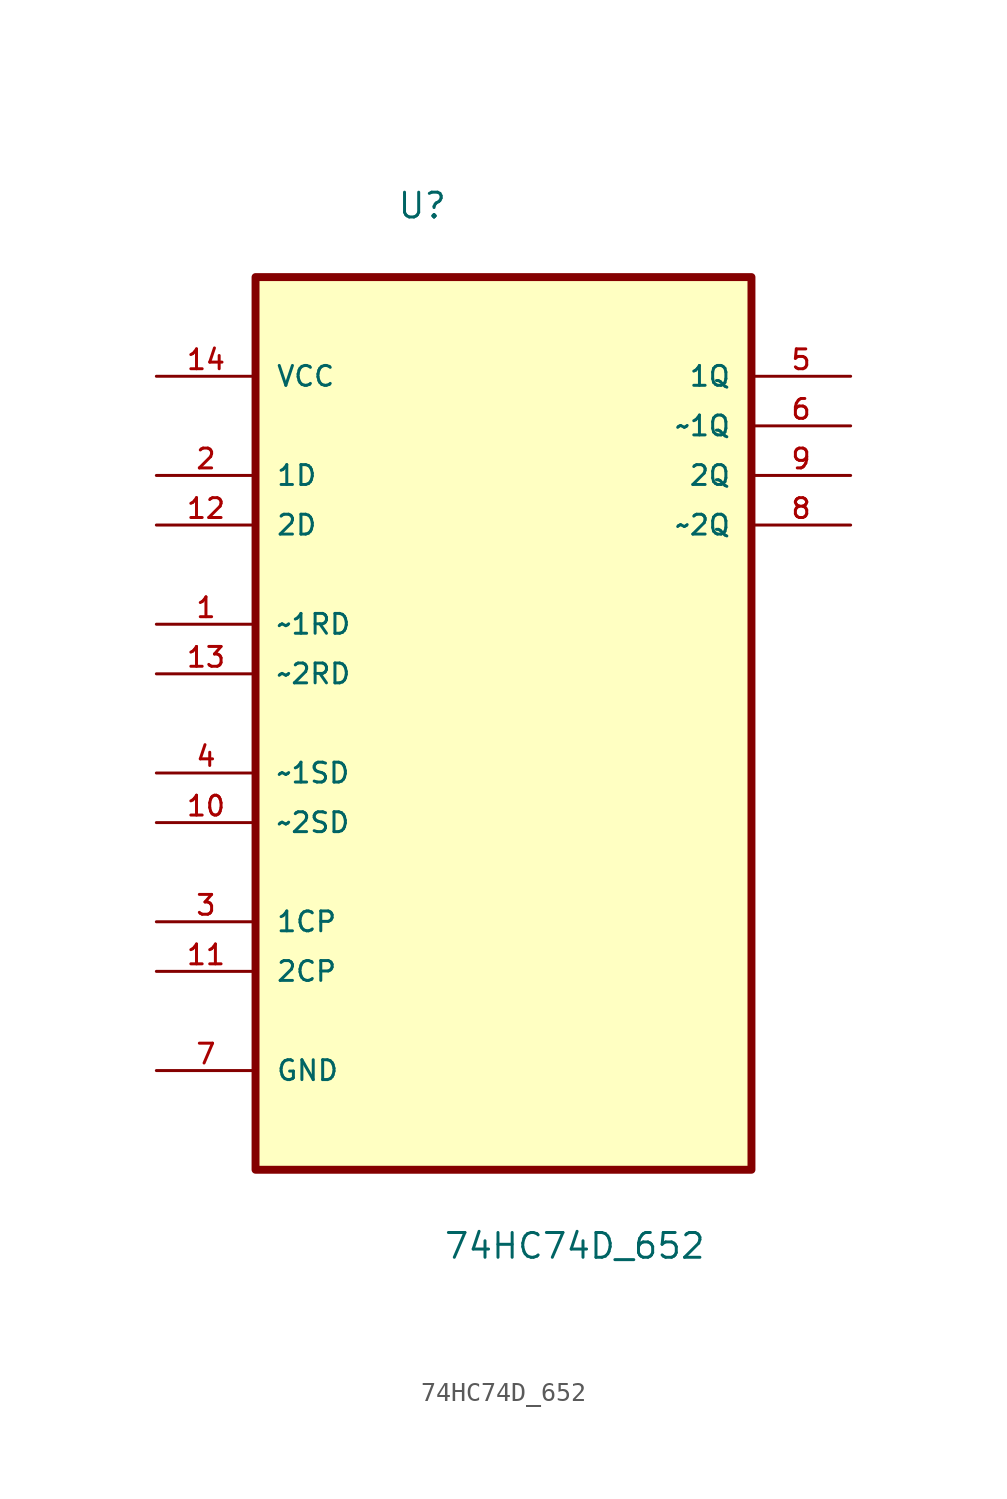
<source format=kicad_sym>
(kicad_symbol_lib
  (version 20211014)
  (generator kicad_symbol_editor)
  (symbol "74HC74D_652"
    (pin_names
      (offset 1.016))
    (property "Reference" "U"
      (at -5.472 23.235 0.0)
      (effects (font (size 1.27 1.27)) (justify bottom left)))
    (property "Value" "74HC74D_652"
      (at -3.104 -30.047 0.0)
      (effects (font (size 1.27 1.27)) (justify bottom left)))
    (symbol "74HC74D_652_0_0"
      (rectangle (start -12.7 -25.4) (end 12.7 20.32) (stroke (width 0.406)) (fill (type background)))
      (pin power_in line (at -17.78 15.24 0) (length 5.08) (name "VCC" (effects (font (size 1.016 1.016)))) (number "14" (effects (font (size 1.016 1.016)))))
      (pin input line (at -17.78 10.16 0) (length 5.08) (name "1D" (effects (font (size 1.016 1.016)))) (number "2" (effects (font (size 1.016 1.016)))))
      (pin input line (at -17.78 7.62 0) (length 5.08) (name "2D" (effects (font (size 1.016 1.016)))) (number "12" (effects (font (size 1.016 1.016)))))
      (pin input line (at -17.78 2.54 0) (length 5.08) (name "~1RD" (effects (font (size 1.016 1.016)))) (number "1" (effects (font (size 1.016 1.016)))))
      (pin input line (at -17.78 0.0 0) (length 5.08) (name "~2RD" (effects (font (size 1.016 1.016)))) (number "13" (effects (font (size 1.016 1.016)))))
      (pin input line (at -17.78 -5.08 0) (length 5.08) (name "~1SD" (effects (font (size 1.016 1.016)))) (number "4" (effects (font (size 1.016 1.016)))))
      (pin input line (at -17.78 -7.62 0) (length 5.08) (name "~2SD" (effects (font (size 1.016 1.016)))) (number "10" (effects (font (size 1.016 1.016)))))
      (pin input line (at -17.78 -12.7 0) (length 5.08) (name "1CP" (effects (font (size 1.016 1.016)))) (number "3" (effects (font (size 1.016 1.016)))))
      (pin input line (at -17.78 -15.24 0) (length 5.08) (name "2CP" (effects (font (size 1.016 1.016)))) (number "11" (effects (font (size 1.016 1.016)))))
      (pin passive line (at -17.78 -20.32 0) (length 5.08) (name "GND" (effects (font (size 1.016 1.016)))) (number "7" (effects (font (size 1.016 1.016)))))
      (pin output line (at 17.78 15.24 180.0) (length 5.08) (name "1Q" (effects (font (size 1.016 1.016)))) (number "5" (effects (font (size 1.016 1.016)))))
      (pin output line (at 17.78 12.7 180.0) (length 5.08) (name "~1Q" (effects (font (size 1.016 1.016)))) (number "6" (effects (font (size 1.016 1.016)))))
      (pin output line (at 17.78 10.16 180.0) (length 5.08) (name "2Q" (effects (font (size 1.016 1.016)))) (number "9" (effects (font (size 1.016 1.016)))))
      (pin output line (at 17.78 7.62 180.0) (length 5.08) (name "~2Q" (effects (font (size 1.016 1.016)))) (number "8" (effects (font (size 1.016 1.016))))))))
</source>
